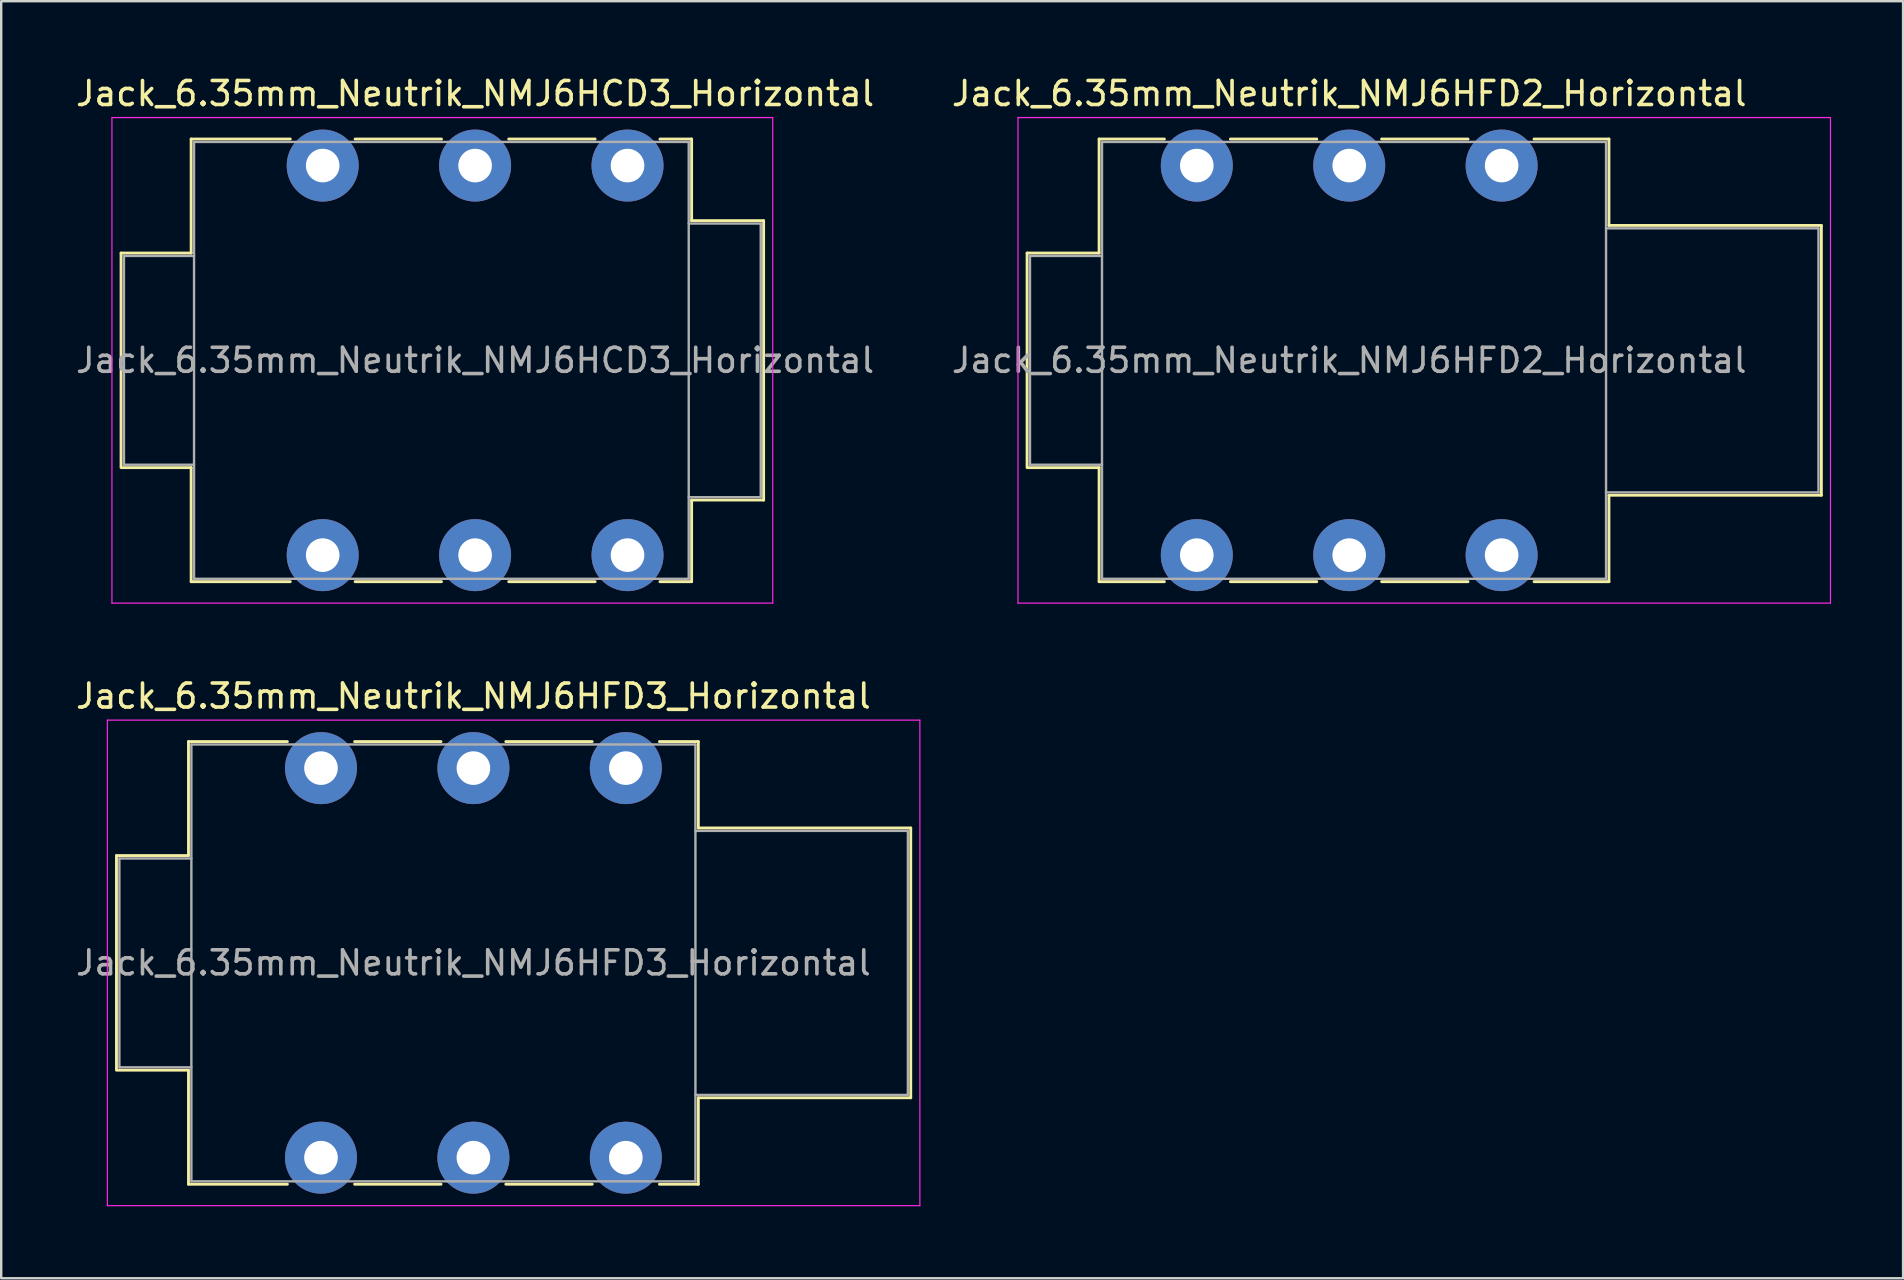
<source format=kicad_pcb>
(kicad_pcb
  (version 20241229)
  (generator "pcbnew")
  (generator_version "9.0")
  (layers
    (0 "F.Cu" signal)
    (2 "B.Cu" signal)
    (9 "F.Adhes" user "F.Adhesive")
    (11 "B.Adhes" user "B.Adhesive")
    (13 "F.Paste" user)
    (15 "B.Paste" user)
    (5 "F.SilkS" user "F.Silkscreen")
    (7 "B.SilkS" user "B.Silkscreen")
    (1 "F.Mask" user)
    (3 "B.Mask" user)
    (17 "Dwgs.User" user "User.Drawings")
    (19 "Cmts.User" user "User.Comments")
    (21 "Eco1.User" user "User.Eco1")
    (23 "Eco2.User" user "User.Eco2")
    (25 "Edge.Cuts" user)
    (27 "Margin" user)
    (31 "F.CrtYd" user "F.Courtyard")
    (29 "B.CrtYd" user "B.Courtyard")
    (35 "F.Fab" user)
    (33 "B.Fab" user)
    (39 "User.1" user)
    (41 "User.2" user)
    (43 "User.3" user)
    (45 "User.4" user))
  (footprint "Jack_6.35mm_Neutrik_NMJ6HCD3_Horizontal"
    (layer "F.Cu")
    (at 10.394 3.848)
    (property "Reference" "Jack_6.35mm_Neutrik_NMJ6HCD3_Horizontal" (at 6.35 -3 0) (layer "F.SilkS") (effects (font (size 1 1) (thickness 0.15))))
    (attr through_hole)
    (fp_line (start -8.4 3.645) (end -5.48 3.645) (stroke (width 0.12) (type solid)) (layer "F.SilkS"))
    (fp_line (start -8.4 12.545) (end -8.4 3.645) (stroke (width 0.12) (type solid)) (layer "F.SilkS"))
    (fp_line (start -8.4 12.585) (end -5.48 12.585) (stroke (width 0.12) (type solid)) (layer "F.SilkS"))
    (fp_line (start -5.48 -1.105) (end -1.35 -1.105) (stroke (width 0.12) (type solid)) (layer "F.SilkS"))
    (fp_line (start -5.48 3.645) (end -5.48 -1.105) (stroke (width 0.12) (type solid)) (layer "F.SilkS"))
    (fp_line (start -5.48 17.335) (end -5.48 12.585) (stroke (width 0.12) (type solid)) (layer "F.SilkS"))
    (fp_line (start -1.35 17.335) (end -5.48 17.335) (stroke (width 0.12) (type solid)) (layer "F.SilkS"))
    (fp_line (start 1.35 -1.105) (end 4.95 -1.105) (stroke (width 0.12) (type solid)) (layer "F.SilkS"))
    (fp_line (start 4.95 17.335) (end 1.35 17.335) (stroke (width 0.12) (type solid)) (layer "F.SilkS"))
    (fp_line (start 7.75 -1.105) (end 11.35 -1.105) (stroke (width 0.12) (type solid)) (layer "F.SilkS"))
    (fp_line (start 11.35 17.335) (end 7.75 17.335) (stroke (width 0.12) (type solid)) (layer "F.SilkS"))
    (fp_line (start 15.37 -1.105) (end 14.05 -1.105) (stroke (width 0.12) (type solid)) (layer "F.SilkS"))
    (fp_line (start 15.37 2.295) (end 15.37 -1.105) (stroke (width 0.12) (type solid)) (layer "F.SilkS"))
    (fp_line (start 15.37 2.295) (end 18.37 2.295) (stroke (width 0.12) (type solid)) (layer "F.SilkS"))
    (fp_line (start 15.37 13.935) (end 18.37 13.935) (stroke (width 0.12) (type solid)) (layer "F.SilkS"))
    (fp_line (start 15.37 17.335) (end 14.05 17.335) (stroke (width 0.12) (type solid)) (layer "F.SilkS"))
    (fp_line (start 15.37 17.335) (end 15.37 13.935) (stroke (width 0.12) (type solid)) (layer "F.SilkS"))
    (fp_line (start 18.37 13.935) (end 18.37 2.295) (stroke (width 0.12) (type solid)) (layer "F.SilkS"))
    (fp_line (start -8.78 18.23) (end -8.78 -2) (stroke (width 0.05) (type solid)) (layer "F.CrtYd"))
    (fp_line (start -8.78 18.23) (end 18.75 18.23) (stroke (width 0.05) (type solid)) (layer "F.CrtYd"))
    (fp_line (start 18.75 -2) (end -8.78 -2) (stroke (width 0.05) (type solid)) (layer "F.CrtYd"))
    (fp_line (start 18.75 18.23) (end 18.75 -2) (stroke (width 0.05) (type solid)) (layer "F.CrtYd"))
    (fp_line (start -8.28 3.765) (end -5.36 3.765) (stroke (width 0.1) (type solid)) (layer "F.Fab"))
    (fp_line (start -8.28 12.465) (end -8.28 3.765) (stroke (width 0.1) (type solid)) (layer "F.Fab"))
    (fp_line (start -8.28 12.465) (end -5.36 12.465) (stroke (width 0.1) (type solid)) (layer "F.Fab"))
    (fp_line (start -5.36 17.215) (end -5.36 -0.985) (stroke (width 0.1) (type solid)) (layer "F.Fab"))
    (fp_line (start 15.25 -0.985) (end -5.36 -0.985) (stroke (width 0.1) (type solid)) (layer "F.Fab"))
    (fp_line (start 15.25 17.215) (end -5.36 17.215) (stroke (width 0.1) (type solid)) (layer "F.Fab"))
    (fp_line (start 15.25 17.215) (end 15.25 -0.985) (stroke (width 0.1) (type solid)) (layer "F.Fab"))
    (fp_line (start 18.25 2.415) (end 15.25 2.415) (stroke (width 0.1) (type solid)) (layer "F.Fab"))
    (fp_line (start 18.25 13.815) (end 15.25 13.815) (stroke (width 0.1) (type solid)) (layer "F.Fab"))
    (fp_line (start 18.25 13.815) (end 18.25 2.415) (stroke (width 0.1) (type solid)) (layer "F.Fab"))
    (fp_text user "${REFERENCE}" (at 6.35 8.115 0) (layer "F.Fab") (effects (font (size 1 1) (thickness 0.15))))
    (pad "R" thru_hole circle (at 6.35 0) (size 3 3) (drill 1.4) (layers "*.Cu" "*.Mask"))
    (pad "RN" thru_hole circle (at 6.35 16.23) (size 3 3) (drill 1.4) (layers "*.Cu" "*.Mask"))
    (pad "S" thru_hole circle (at 12.7 0) (size 3 3) (drill 1.4) (layers "*.Cu" "*.Mask"))
    (pad "SN" thru_hole circle (at 12.7 16.23) (size 3 3) (drill 1.4) (layers "*.Cu" "*.Mask"))
    (pad "T" thru_hole circle (at 0 0) (size 3 3) (drill 1.4) (layers "*.Cu" "*.Mask"))
    (pad "TN" thru_hole circle (at 0 16.23) (size 3 3) (drill 1.4) (layers "*.Cu" "*.Mask")))
  (footprint "Jack_6.35mm_Neutrik_NMJ6HFD3_Horizontal"
    (layer "F.Cu")
    (at 10.323 28.951)
    (property "Reference" "Jack_6.35mm_Neutrik_NMJ6HFD3_Horizontal" (at 6.35 -3 0) (layer "F.SilkS") (effects (font (size 1 1) (thickness 0.15))))
    (attr through_hole)
    (fp_line (start -8.52 3.645) (end -5.52 3.645) (stroke (width 0.12) (type solid)) (layer "F.SilkS"))
    (fp_line (start -8.52 12.545) (end -8.52 3.645) (stroke (width 0.12) (type solid)) (layer "F.SilkS"))
    (fp_line (start -8.52 12.585) (end -5.52 12.585) (stroke (width 0.12) (type solid)) (layer "F.SilkS"))
    (fp_line (start -5.52 -1.105) (end -1.4 -1.105) (stroke (width 0.12) (type solid)) (layer "F.SilkS"))
    (fp_line (start -5.52 3.645) (end -5.52 -1.105) (stroke (width 0.12) (type solid)) (layer "F.SilkS"))
    (fp_line (start -5.52 17.335) (end -5.52 12.585) (stroke (width 0.12) (type solid)) (layer "F.SilkS"))
    (fp_line (start -1.4 17.335) (end -5.52 17.335) (stroke (width 0.12) (type solid)) (layer "F.SilkS"))
    (fp_line (start 1.4 -1.105) (end 5 -1.105) (stroke (width 0.12) (type solid)) (layer "F.SilkS"))
    (fp_line (start 5 17.335) (end 1.4 17.335) (stroke (width 0.12) (type solid)) (layer "F.SilkS"))
    (fp_line (start 7.7 -1.105) (end 11.3 -1.105) (stroke (width 0.12) (type solid)) (layer "F.SilkS"))
    (fp_line (start 11.3 17.335) (end 7.7 17.335) (stroke (width 0.12) (type solid)) (layer "F.SilkS"))
    (fp_line (start 15.72 -1.105) (end 14.1 -1.105) (stroke (width 0.12) (type solid)) (layer "F.SilkS"))
    (fp_line (start 15.72 2.495) (end 15.72 -1.105) (stroke (width 0.12) (type solid)) (layer "F.SilkS"))
    (fp_line (start 15.72 2.495) (end 24.57 2.495) (stroke (width 0.12) (type solid)) (layer "F.SilkS"))
    (fp_line (start 15.72 13.735) (end 24.57 13.735) (stroke (width 0.12) (type solid)) (layer "F.SilkS"))
    (fp_line (start 15.72 17.335) (end 14.1 17.335) (stroke (width 0.12) (type solid)) (layer "F.SilkS"))
    (fp_line (start 15.72 17.335) (end 15.72 13.735) (stroke (width 0.12) (type solid)) (layer "F.SilkS"))
    (fp_line (start 24.57 13.735) (end 24.57 2.495) (stroke (width 0.12) (type solid)) (layer "F.SilkS"))
    (fp_line (start -8.9 18.23) (end -8.9 -2) (stroke (width 0.05) (type solid)) (layer "F.CrtYd"))
    (fp_line (start -8.9 18.23) (end 24.95 18.23) (stroke (width 0.05) (type solid)) (layer "F.CrtYd"))
    (fp_line (start 24.95 -2) (end -8.9 -2) (stroke (width 0.05) (type solid)) (layer "F.CrtYd"))
    (fp_line (start 24.95 18.23) (end 24.95 -2) (stroke (width 0.05) (type solid)) (layer "F.CrtYd"))
    (fp_line (start -8.4 3.765) (end -5.4 3.765) (stroke (width 0.1) (type solid)) (layer "F.Fab"))
    (fp_line (start -8.4 12.465) (end -8.4 3.765) (stroke (width 0.1) (type solid)) (layer "F.Fab"))
    (fp_line (start -8.4 12.465) (end -5.4 12.465) (stroke (width 0.1) (type solid)) (layer "F.Fab"))
    (fp_line (start -5.4 17.215) (end -5.4 -0.985) (stroke (width 0.1) (type solid)) (layer "F.Fab"))
    (fp_line (start 15.6 -0.985) (end -5.4 -0.985) (stroke (width 0.1) (type solid)) (layer "F.Fab"))
    (fp_line (start 15.6 17.215) (end -5.4 17.215) (stroke (width 0.1) (type solid)) (layer "F.Fab"))
    (fp_line (start 15.6 17.215) (end 15.6 -0.985) (stroke (width 0.1) (type solid)) (layer "F.Fab"))
    (fp_line (start 24.45 2.615) (end 15.6 2.615) (stroke (width 0.1) (type solid)) (layer "F.Fab"))
    (fp_line (start 24.45 13.615) (end 15.6 13.615) (stroke (width 0.1) (type solid)) (layer "F.Fab"))
    (fp_line (start 24.45 13.615) (end 24.45 2.615) (stroke (width 0.1) (type solid)) (layer "F.Fab"))
    (fp_text user "${REFERENCE}" (at 6.35 8.115 0) (layer "F.Fab") (effects (font (size 1 1) (thickness 0.15))))
    (pad "R" thru_hole circle (at 6.35 0) (size 3 3) (drill 1.4) (layers "*.Cu" "*.Mask"))
    (pad "RN" thru_hole circle (at 6.35 16.23) (size 3 3) (drill 1.4) (layers "*.Cu" "*.Mask"))
    (pad "S" thru_hole circle (at 12.7 0) (size 3 3) (drill 1.4) (layers "*.Cu" "*.Mask"))
    (pad "SN" thru_hole circle (at 12.7 16.23) (size 3 3) (drill 1.4) (layers "*.Cu" "*.Mask"))
    (pad "T" thru_hole circle (at 0 0) (size 3 3) (drill 1.4) (layers "*.Cu" "*.Mask"))
    (pad "TN" thru_hole circle (at 0 16.23) (size 3 3) (drill 1.4) (layers "*.Cu" "*.Mask")))
  (footprint "Jack_6.35mm_Neutrik_NMJ6HFD2_Horizontal"
    (layer "F.Cu")
    (at 46.811 3.848)
    (property "Reference" "Jack_6.35mm_Neutrik_NMJ6HFD2_Horizontal" (at 6.35 -3 0) (layer "F.SilkS") (effects (font (size 1 1) (thickness 0.15))))
    (attr through_hole)
    (fp_line (start -7.07 3.645) (end -4.07 3.645) (stroke (width 0.12) (type solid)) (layer "F.SilkS"))
    (fp_line (start -7.07 12.545) (end -7.07 3.645) (stroke (width 0.12) (type solid)) (layer "F.SilkS"))
    (fp_line (start -7.07 12.585) (end -4.07 12.585) (stroke (width 0.12) (type solid)) (layer "F.SilkS"))
    (fp_line (start -4.07 -1.105) (end -1.35 -1.105) (stroke (width 0.12) (type solid)) (layer "F.SilkS"))
    (fp_line (start -4.07 3.645) (end -4.07 -1.105) (stroke (width 0.12) (type solid)) (layer "F.SilkS"))
    (fp_line (start -4.07 17.335) (end -4.07 12.585) (stroke (width 0.12) (type solid)) (layer "F.SilkS"))
    (fp_line (start -1.35 17.335) (end -4.07 17.335) (stroke (width 0.12) (type solid)) (layer "F.SilkS"))
    (fp_line (start 1.4 -1.105) (end 5 -1.105) (stroke (width 0.12) (type solid)) (layer "F.SilkS"))
    (fp_line (start 5 17.335) (end 1.4 17.335) (stroke (width 0.12) (type solid)) (layer "F.SilkS"))
    (fp_line (start 7.7 -1.105) (end 11.3 -1.105) (stroke (width 0.12) (type solid)) (layer "F.SilkS"))
    (fp_line (start 11.3 17.335) (end 7.7 17.335) (stroke (width 0.12) (type solid)) (layer "F.SilkS"))
    (fp_line (start 17.17 -1.105) (end 14.05 -1.105) (stroke (width 0.12) (type solid)) (layer "F.SilkS"))
    (fp_line (start 17.17 2.495) (end 17.17 -1.105) (stroke (width 0.12) (type solid)) (layer "F.SilkS"))
    (fp_line (start 17.17 2.495) (end 26.02 2.495) (stroke (width 0.12) (type solid)) (layer "F.SilkS"))
    (fp_line (start 17.17 13.735) (end 26.02 13.735) (stroke (width 0.12) (type solid)) (layer "F.SilkS"))
    (fp_line (start 17.17 17.335) (end 14.05 17.335) (stroke (width 0.12) (type solid)) (layer "F.SilkS"))
    (fp_line (start 17.17 17.335) (end 17.17 13.735) (stroke (width 0.12) (type solid)) (layer "F.SilkS"))
    (fp_line (start 26.02 13.735) (end 26.02 2.495) (stroke (width 0.12) (type solid)) (layer "F.SilkS"))
    (fp_line (start -7.45 18.23) (end -7.45 -2) (stroke (width 0.05) (type solid)) (layer "F.CrtYd"))
    (fp_line (start -7.45 18.23) (end 26.4 18.23) (stroke (width 0.05) (type solid)) (layer "F.CrtYd"))
    (fp_line (start 26.4 -2) (end -7.45 -2) (stroke (width 0.05) (type solid)) (layer "F.CrtYd"))
    (fp_line (start 26.4 18.23) (end 26.4 -2) (stroke (width 0.05) (type solid)) (layer "F.CrtYd"))
    (fp_line (start -6.95 3.765) (end -3.95 3.765) (stroke (width 0.1) (type solid)) (layer "F.Fab"))
    (fp_line (start -6.95 12.465) (end -6.95 3.765) (stroke (width 0.1) (type solid)) (layer "F.Fab"))
    (fp_line (start -6.95 12.465) (end -3.95 12.465) (stroke (width 0.1) (type solid)) (layer "F.Fab"))
    (fp_line (start -3.95 17.215) (end -3.95 -0.985) (stroke (width 0.1) (type solid)) (layer "F.Fab"))
    (fp_line (start 17.05 -0.985) (end -3.95 -0.985) (stroke (width 0.1) (type solid)) (layer "F.Fab"))
    (fp_line (start 17.05 17.215) (end -3.95 17.215) (stroke (width 0.1) (type solid)) (layer "F.Fab"))
    (fp_line (start 17.05 17.215) (end 17.05 -0.985) (stroke (width 0.1) (type solid)) (layer "F.Fab"))
    (fp_line (start 25.9 2.615) (end 17.05 2.615) (stroke (width 0.1) (type solid)) (layer "F.Fab"))
    (fp_line (start 25.9 13.615) (end 17.05 13.615) (stroke (width 0.1) (type solid)) (layer "F.Fab"))
    (fp_line (start 25.9 13.615) (end 25.9 2.615) (stroke (width 0.1) (type solid)) (layer "F.Fab"))
    (fp_text user "${REFERENCE}" (at 6.35 8.115 0) (layer "F.Fab") (effects (font (size 1 1) (thickness 0.15))))
    (pad "R" thru_hole circle (at 6.35 0) (size 3 3) (drill 1.4) (layers "*.Cu" "*.Mask"))
    (pad "RN" thru_hole circle (at 6.35 16.23) (size 3 3) (drill 1.4) (layers "*.Cu" "*.Mask"))
    (pad "S" thru_hole circle (at 12.7 0) (size 3 3) (drill 1.4) (layers "*.Cu" "*.Mask"))
    (pad "SN" thru_hole circle (at 12.7 16.23) (size 3 3) (drill 1.4) (layers "*.Cu" "*.Mask"))
    (pad "T" thru_hole circle (at 0 0) (size 3 3) (drill 1.4) (layers "*.Cu" "*.Mask"))
    (pad "TN" thru_hole circle (at 0 16.23) (size 3 3) (drill 1.4) (layers "*.Cu" "*.Mask")))
  (gr_rect
    (start -3 -3)
    (end 76.236 50.206)
    (stroke (width 0.1) (type default))
    (fill no)
    (layer "Edge.Cuts")))
</source>
